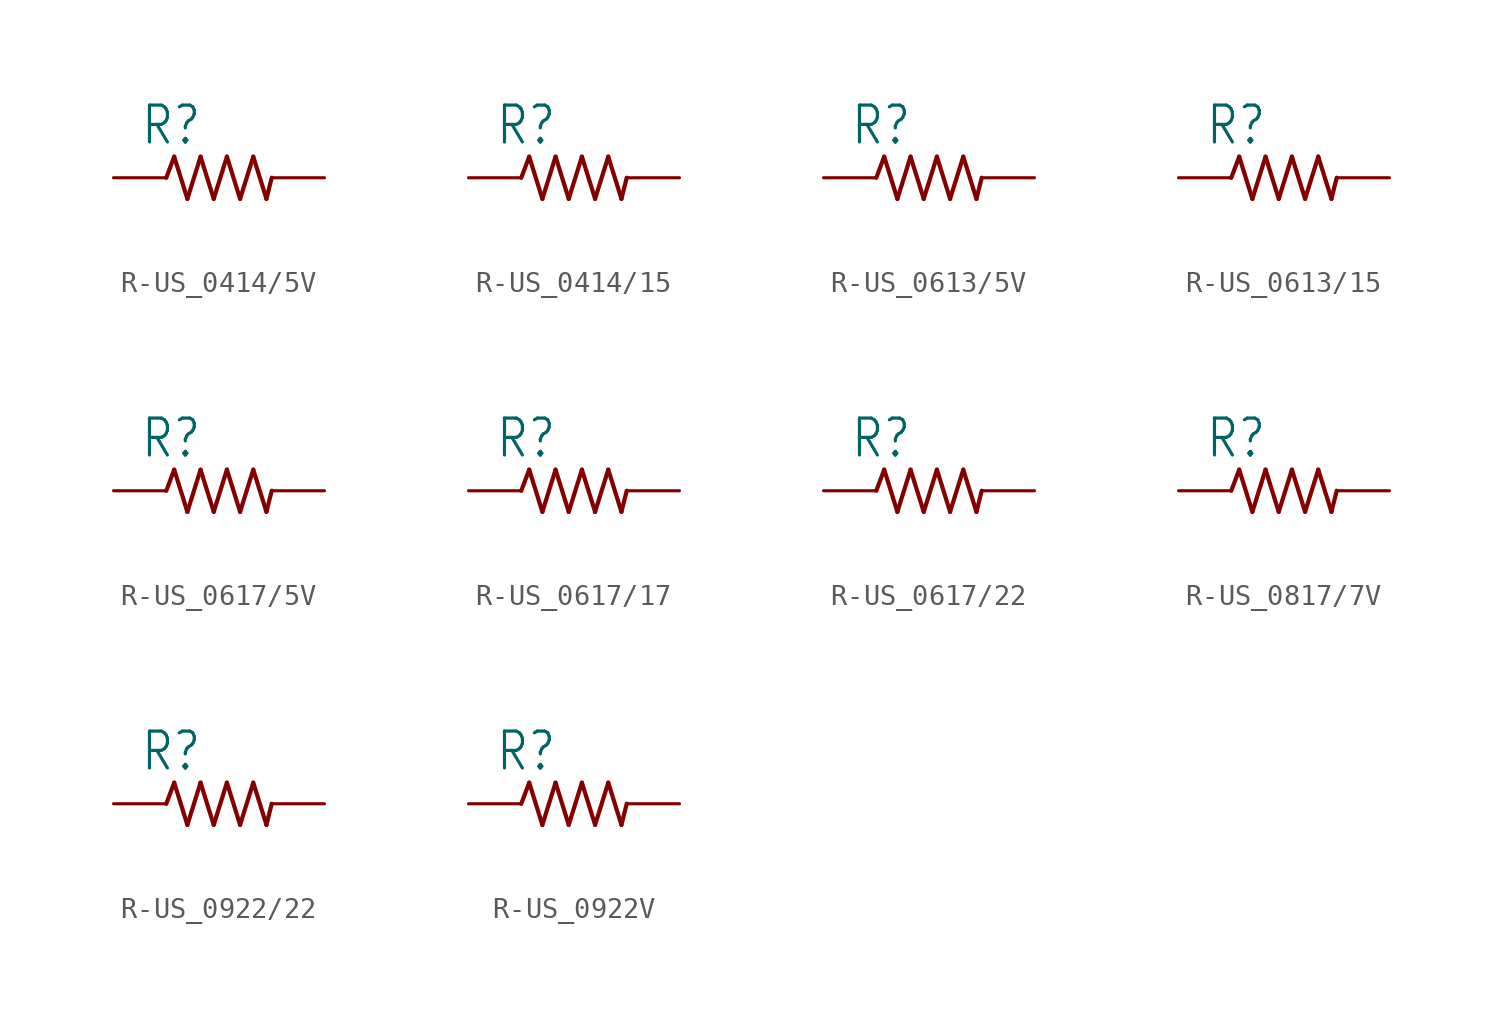
<source format=kicad_sym>
(kicad_symbol_lib
  (version 20220914)
  (generator kicad_symbol_editor)
  (symbol "R-US_0414/5V"
    (property "Reference" "R"
      (at -3.81 1.499 0)
      (effects (font (size 1.778 1.511)) (justify left bottom)))
    (property "Value" ""
      (at -3.81 -3.302 0)
      (effects (font (size 1.778 1.511)) (justify left bottom)))
    (property "ki_locked" ""
      (at 0 0 0)
      (effects (font (size 1.27 1.27))))
    (symbol "R-US_0414/5V_1_0"
      (polyline (pts (xy -2.54 0) (xy -2.159 1.016)) (stroke (width 0.203) (type solid)) (fill (type none)))
      (polyline (pts (xy -2.159 1.016) (xy -1.524 -1.016)) (stroke (width 0.203) (type solid)) (fill (type none)))
      (polyline (pts (xy -1.524 -1.016) (xy -0.889 1.016)) (stroke (width 0.203) (type solid)) (fill (type none)))
      (polyline (pts (xy -0.889 1.016) (xy -0.254 -1.016)) (stroke (width 0.203) (type solid)) (fill (type none)))
      (polyline (pts (xy -0.254 -1.016) (xy 0.381 1.016)) (stroke (width 0.203) (type solid)) (fill (type none)))
      (polyline (pts (xy 0.381 1.016) (xy 1.016 -1.016)) (stroke (width 0.203) (type solid)) (fill (type none)))
      (polyline (pts (xy 1.016 -1.016) (xy 1.651 1.016)) (stroke (width 0.203) (type solid)) (fill (type none)))
      (polyline (pts (xy 1.651 1.016) (xy 2.286 -1.016)) (stroke (width 0.203) (type solid)) (fill (type none)))
      (polyline (pts (xy 2.286 -1.016) (xy 2.54 0)) (stroke (width 0.203) (type solid)) (fill (type none)))
      (pin passive line (at -5.08 0 0) (length 2.54) (name "1" (effects (font (size 0 0)))) (number "1" (effects (font (size 0 0)))))
      (pin passive line (at 5.08 0 180) (length 2.54) (name "2" (effects (font (size 0 0)))) (number "2" (effects (font (size 0 0)))))))
  (symbol "R-US_0414/15"
    (property "Reference" "R"
      (at -3.81 1.499 0)
      (effects (font (size 1.778 1.511)) (justify left bottom)))
    (property "Value" ""
      (at -3.81 -3.302 0)
      (effects (font (size 1.778 1.511)) (justify left bottom)))
    (property "ki_locked" ""
      (at 0 0 0)
      (effects (font (size 1.27 1.27))))
    (symbol "R-US_0414/15_1_0"
      (polyline (pts (xy -2.54 0) (xy -2.159 1.016)) (stroke (width 0.203) (type solid)) (fill (type none)))
      (polyline (pts (xy -2.159 1.016) (xy -1.524 -1.016)) (stroke (width 0.203) (type solid)) (fill (type none)))
      (polyline (pts (xy -1.524 -1.016) (xy -0.889 1.016)) (stroke (width 0.203) (type solid)) (fill (type none)))
      (polyline (pts (xy -0.889 1.016) (xy -0.254 -1.016)) (stroke (width 0.203) (type solid)) (fill (type none)))
      (polyline (pts (xy -0.254 -1.016) (xy 0.381 1.016)) (stroke (width 0.203) (type solid)) (fill (type none)))
      (polyline (pts (xy 0.381 1.016) (xy 1.016 -1.016)) (stroke (width 0.203) (type solid)) (fill (type none)))
      (polyline (pts (xy 1.016 -1.016) (xy 1.651 1.016)) (stroke (width 0.203) (type solid)) (fill (type none)))
      (polyline (pts (xy 1.651 1.016) (xy 2.286 -1.016)) (stroke (width 0.203) (type solid)) (fill (type none)))
      (polyline (pts (xy 2.286 -1.016) (xy 2.54 0)) (stroke (width 0.203) (type solid)) (fill (type none)))
      (pin passive line (at -5.08 0 0) (length 2.54) (name "1" (effects (font (size 0 0)))) (number "1" (effects (font (size 0 0)))))
      (pin passive line (at 5.08 0 180) (length 2.54) (name "2" (effects (font (size 0 0)))) (number "2" (effects (font (size 0 0)))))))
  (symbol "R-US_0613/5V"
    (property "Reference" "R"
      (at -3.81 1.499 0)
      (effects (font (size 1.778 1.511)) (justify left bottom)))
    (property "Value" ""
      (at -3.81 -3.302 0)
      (effects (font (size 1.778 1.511)) (justify left bottom)))
    (property "ki_locked" ""
      (at 0 0 0)
      (effects (font (size 1.27 1.27))))
    (symbol "R-US_0613/5V_1_0"
      (polyline (pts (xy -2.54 0) (xy -2.159 1.016)) (stroke (width 0.203) (type solid)) (fill (type none)))
      (polyline (pts (xy -2.159 1.016) (xy -1.524 -1.016)) (stroke (width 0.203) (type solid)) (fill (type none)))
      (polyline (pts (xy -1.524 -1.016) (xy -0.889 1.016)) (stroke (width 0.203) (type solid)) (fill (type none)))
      (polyline (pts (xy -0.889 1.016) (xy -0.254 -1.016)) (stroke (width 0.203) (type solid)) (fill (type none)))
      (polyline (pts (xy -0.254 -1.016) (xy 0.381 1.016)) (stroke (width 0.203) (type solid)) (fill (type none)))
      (polyline (pts (xy 0.381 1.016) (xy 1.016 -1.016)) (stroke (width 0.203) (type solid)) (fill (type none)))
      (polyline (pts (xy 1.016 -1.016) (xy 1.651 1.016)) (stroke (width 0.203) (type solid)) (fill (type none)))
      (polyline (pts (xy 1.651 1.016) (xy 2.286 -1.016)) (stroke (width 0.203) (type solid)) (fill (type none)))
      (polyline (pts (xy 2.286 -1.016) (xy 2.54 0)) (stroke (width 0.203) (type solid)) (fill (type none)))
      (pin passive line (at -5.08 0 0) (length 2.54) (name "1" (effects (font (size 0 0)))) (number "1" (effects (font (size 0 0)))))
      (pin passive line (at 5.08 0 180) (length 2.54) (name "2" (effects (font (size 0 0)))) (number "2" (effects (font (size 0 0)))))))
  (symbol "R-US_0613/15"
    (property "Reference" "R"
      (at -3.81 1.499 0)
      (effects (font (size 1.778 1.511)) (justify left bottom)))
    (property "Value" ""
      (at -3.81 -3.302 0)
      (effects (font (size 1.778 1.511)) (justify left bottom)))
    (property "ki_locked" ""
      (at 0 0 0)
      (effects (font (size 1.27 1.27))))
    (symbol "R-US_0613/15_1_0"
      (polyline (pts (xy -2.54 0) (xy -2.159 1.016)) (stroke (width 0.203) (type solid)) (fill (type none)))
      (polyline (pts (xy -2.159 1.016) (xy -1.524 -1.016)) (stroke (width 0.203) (type solid)) (fill (type none)))
      (polyline (pts (xy -1.524 -1.016) (xy -0.889 1.016)) (stroke (width 0.203) (type solid)) (fill (type none)))
      (polyline (pts (xy -0.889 1.016) (xy -0.254 -1.016)) (stroke (width 0.203) (type solid)) (fill (type none)))
      (polyline (pts (xy -0.254 -1.016) (xy 0.381 1.016)) (stroke (width 0.203) (type solid)) (fill (type none)))
      (polyline (pts (xy 0.381 1.016) (xy 1.016 -1.016)) (stroke (width 0.203) (type solid)) (fill (type none)))
      (polyline (pts (xy 1.016 -1.016) (xy 1.651 1.016)) (stroke (width 0.203) (type solid)) (fill (type none)))
      (polyline (pts (xy 1.651 1.016) (xy 2.286 -1.016)) (stroke (width 0.203) (type solid)) (fill (type none)))
      (polyline (pts (xy 2.286 -1.016) (xy 2.54 0)) (stroke (width 0.203) (type solid)) (fill (type none)))
      (pin passive line (at -5.08 0 0) (length 2.54) (name "1" (effects (font (size 0 0)))) (number "1" (effects (font (size 0 0)))))
      (pin passive line (at 5.08 0 180) (length 2.54) (name "2" (effects (font (size 0 0)))) (number "2" (effects (font (size 0 0)))))))
  (symbol "R-US_0617/5V"
    (property "Reference" "R"
      (at -3.81 1.499 0)
      (effects (font (size 1.778 1.511)) (justify left bottom)))
    (property "Value" ""
      (at -3.81 -3.302 0)
      (effects (font (size 1.778 1.511)) (justify left bottom)))
    (property "ki_locked" ""
      (at 0 0 0)
      (effects (font (size 1.27 1.27))))
    (symbol "R-US_0617/5V_1_0"
      (polyline (pts (xy -2.54 0) (xy -2.159 1.016)) (stroke (width 0.203) (type solid)) (fill (type none)))
      (polyline (pts (xy -2.159 1.016) (xy -1.524 -1.016)) (stroke (width 0.203) (type solid)) (fill (type none)))
      (polyline (pts (xy -1.524 -1.016) (xy -0.889 1.016)) (stroke (width 0.203) (type solid)) (fill (type none)))
      (polyline (pts (xy -0.889 1.016) (xy -0.254 -1.016)) (stroke (width 0.203) (type solid)) (fill (type none)))
      (polyline (pts (xy -0.254 -1.016) (xy 0.381 1.016)) (stroke (width 0.203) (type solid)) (fill (type none)))
      (polyline (pts (xy 0.381 1.016) (xy 1.016 -1.016)) (stroke (width 0.203) (type solid)) (fill (type none)))
      (polyline (pts (xy 1.016 -1.016) (xy 1.651 1.016)) (stroke (width 0.203) (type solid)) (fill (type none)))
      (polyline (pts (xy 1.651 1.016) (xy 2.286 -1.016)) (stroke (width 0.203) (type solid)) (fill (type none)))
      (polyline (pts (xy 2.286 -1.016) (xy 2.54 0)) (stroke (width 0.203) (type solid)) (fill (type none)))
      (pin passive line (at -5.08 0 0) (length 2.54) (name "1" (effects (font (size 0 0)))) (number "1" (effects (font (size 0 0)))))
      (pin passive line (at 5.08 0 180) (length 2.54) (name "2" (effects (font (size 0 0)))) (number "2" (effects (font (size 0 0)))))))
  (symbol "R-US_0617/17"
    (property "Reference" "R"
      (at -3.81 1.499 0)
      (effects (font (size 1.778 1.511)) (justify left bottom)))
    (property "Value" ""
      (at -3.81 -3.302 0)
      (effects (font (size 1.778 1.511)) (justify left bottom)))
    (property "ki_locked" ""
      (at 0 0 0)
      (effects (font (size 1.27 1.27))))
    (symbol "R-US_0617/17_1_0"
      (polyline (pts (xy -2.54 0) (xy -2.159 1.016)) (stroke (width 0.203) (type solid)) (fill (type none)))
      (polyline (pts (xy -2.159 1.016) (xy -1.524 -1.016)) (stroke (width 0.203) (type solid)) (fill (type none)))
      (polyline (pts (xy -1.524 -1.016) (xy -0.889 1.016)) (stroke (width 0.203) (type solid)) (fill (type none)))
      (polyline (pts (xy -0.889 1.016) (xy -0.254 -1.016)) (stroke (width 0.203) (type solid)) (fill (type none)))
      (polyline (pts (xy -0.254 -1.016) (xy 0.381 1.016)) (stroke (width 0.203) (type solid)) (fill (type none)))
      (polyline (pts (xy 0.381 1.016) (xy 1.016 -1.016)) (stroke (width 0.203) (type solid)) (fill (type none)))
      (polyline (pts (xy 1.016 -1.016) (xy 1.651 1.016)) (stroke (width 0.203) (type solid)) (fill (type none)))
      (polyline (pts (xy 1.651 1.016) (xy 2.286 -1.016)) (stroke (width 0.203) (type solid)) (fill (type none)))
      (polyline (pts (xy 2.286 -1.016) (xy 2.54 0)) (stroke (width 0.203) (type solid)) (fill (type none)))
      (pin passive line (at -5.08 0 0) (length 2.54) (name "1" (effects (font (size 0 0)))) (number "1" (effects (font (size 0 0)))))
      (pin passive line (at 5.08 0 180) (length 2.54) (name "2" (effects (font (size 0 0)))) (number "2" (effects (font (size 0 0)))))))
  (symbol "R-US_0617/22"
    (property "Reference" "R"
      (at -3.81 1.499 0)
      (effects (font (size 1.778 1.511)) (justify left bottom)))
    (property "Value" ""
      (at -3.81 -3.302 0)
      (effects (font (size 1.778 1.511)) (justify left bottom)))
    (property "ki_locked" ""
      (at 0 0 0)
      (effects (font (size 1.27 1.27))))
    (symbol "R-US_0617/22_1_0"
      (polyline (pts (xy -2.54 0) (xy -2.159 1.016)) (stroke (width 0.203) (type solid)) (fill (type none)))
      (polyline (pts (xy -2.159 1.016) (xy -1.524 -1.016)) (stroke (width 0.203) (type solid)) (fill (type none)))
      (polyline (pts (xy -1.524 -1.016) (xy -0.889 1.016)) (stroke (width 0.203) (type solid)) (fill (type none)))
      (polyline (pts (xy -0.889 1.016) (xy -0.254 -1.016)) (stroke (width 0.203) (type solid)) (fill (type none)))
      (polyline (pts (xy -0.254 -1.016) (xy 0.381 1.016)) (stroke (width 0.203) (type solid)) (fill (type none)))
      (polyline (pts (xy 0.381 1.016) (xy 1.016 -1.016)) (stroke (width 0.203) (type solid)) (fill (type none)))
      (polyline (pts (xy 1.016 -1.016) (xy 1.651 1.016)) (stroke (width 0.203) (type solid)) (fill (type none)))
      (polyline (pts (xy 1.651 1.016) (xy 2.286 -1.016)) (stroke (width 0.203) (type solid)) (fill (type none)))
      (polyline (pts (xy 2.286 -1.016) (xy 2.54 0)) (stroke (width 0.203) (type solid)) (fill (type none)))
      (pin passive line (at -5.08 0 0) (length 2.54) (name "1" (effects (font (size 0 0)))) (number "1" (effects (font (size 0 0)))))
      (pin passive line (at 5.08 0 180) (length 2.54) (name "2" (effects (font (size 0 0)))) (number "2" (effects (font (size 0 0)))))))
  (symbol "R-US_0817/7V"
    (property "Reference" "R"
      (at -3.81 1.499 0)
      (effects (font (size 1.778 1.511)) (justify left bottom)))
    (property "Value" ""
      (at -3.81 -3.302 0)
      (effects (font (size 1.778 1.511)) (justify left bottom)))
    (property "ki_locked" ""
      (at 0 0 0)
      (effects (font (size 1.27 1.27))))
    (symbol "R-US_0817/7V_1_0"
      (polyline (pts (xy -2.54 0) (xy -2.159 1.016)) (stroke (width 0.203) (type solid)) (fill (type none)))
      (polyline (pts (xy -2.159 1.016) (xy -1.524 -1.016)) (stroke (width 0.203) (type solid)) (fill (type none)))
      (polyline (pts (xy -1.524 -1.016) (xy -0.889 1.016)) (stroke (width 0.203) (type solid)) (fill (type none)))
      (polyline (pts (xy -0.889 1.016) (xy -0.254 -1.016)) (stroke (width 0.203) (type solid)) (fill (type none)))
      (polyline (pts (xy -0.254 -1.016) (xy 0.381 1.016)) (stroke (width 0.203) (type solid)) (fill (type none)))
      (polyline (pts (xy 0.381 1.016) (xy 1.016 -1.016)) (stroke (width 0.203) (type solid)) (fill (type none)))
      (polyline (pts (xy 1.016 -1.016) (xy 1.651 1.016)) (stroke (width 0.203) (type solid)) (fill (type none)))
      (polyline (pts (xy 1.651 1.016) (xy 2.286 -1.016)) (stroke (width 0.203) (type solid)) (fill (type none)))
      (polyline (pts (xy 2.286 -1.016) (xy 2.54 0)) (stroke (width 0.203) (type solid)) (fill (type none)))
      (pin passive line (at -5.08 0 0) (length 2.54) (name "1" (effects (font (size 0 0)))) (number "1" (effects (font (size 0 0)))))
      (pin passive line (at 5.08 0 180) (length 2.54) (name "2" (effects (font (size 0 0)))) (number "2" (effects (font (size 0 0)))))))
  (symbol "R-US_0922/22"
    (property "Reference" "R"
      (at -3.81 1.499 0)
      (effects (font (size 1.778 1.511)) (justify left bottom)))
    (property "Value" ""
      (at -3.81 -3.302 0)
      (effects (font (size 1.778 1.511)) (justify left bottom)))
    (property "ki_locked" ""
      (at 0 0 0)
      (effects (font (size 1.27 1.27))))
    (symbol "R-US_0922/22_1_0"
      (polyline (pts (xy -2.54 0) (xy -2.159 1.016)) (stroke (width 0.203) (type solid)) (fill (type none)))
      (polyline (pts (xy -2.159 1.016) (xy -1.524 -1.016)) (stroke (width 0.203) (type solid)) (fill (type none)))
      (polyline (pts (xy -1.524 -1.016) (xy -0.889 1.016)) (stroke (width 0.203) (type solid)) (fill (type none)))
      (polyline (pts (xy -0.889 1.016) (xy -0.254 -1.016)) (stroke (width 0.203) (type solid)) (fill (type none)))
      (polyline (pts (xy -0.254 -1.016) (xy 0.381 1.016)) (stroke (width 0.203) (type solid)) (fill (type none)))
      (polyline (pts (xy 0.381 1.016) (xy 1.016 -1.016)) (stroke (width 0.203) (type solid)) (fill (type none)))
      (polyline (pts (xy 1.016 -1.016) (xy 1.651 1.016)) (stroke (width 0.203) (type solid)) (fill (type none)))
      (polyline (pts (xy 1.651 1.016) (xy 2.286 -1.016)) (stroke (width 0.203) (type solid)) (fill (type none)))
      (polyline (pts (xy 2.286 -1.016) (xy 2.54 0)) (stroke (width 0.203) (type solid)) (fill (type none)))
      (pin passive line (at -5.08 0 0) (length 2.54) (name "1" (effects (font (size 0 0)))) (number "1" (effects (font (size 0 0)))))
      (pin passive line (at 5.08 0 180) (length 2.54) (name "2" (effects (font (size 0 0)))) (number "2" (effects (font (size 0 0)))))))
  (symbol "R-US_0922V"
    (property "Reference" "R"
      (at -3.81 1.499 0)
      (effects (font (size 1.778 1.511)) (justify left bottom)))
    (property "Value" ""
      (at -3.81 -3.302 0)
      (effects (font (size 1.778 1.511)) (justify left bottom)))
    (property "ki_locked" ""
      (at 0 0 0)
      (effects (font (size 1.27 1.27))))
    (symbol "R-US_0922V_1_0"
      (polyline (pts (xy -2.54 0) (xy -2.159 1.016)) (stroke (width 0.203) (type solid)) (fill (type none)))
      (polyline (pts (xy -2.159 1.016) (xy -1.524 -1.016)) (stroke (width 0.203) (type solid)) (fill (type none)))
      (polyline (pts (xy -1.524 -1.016) (xy -0.889 1.016)) (stroke (width 0.203) (type solid)) (fill (type none)))
      (polyline (pts (xy -0.889 1.016) (xy -0.254 -1.016)) (stroke (width 0.203) (type solid)) (fill (type none)))
      (polyline (pts (xy -0.254 -1.016) (xy 0.381 1.016)) (stroke (width 0.203) (type solid)) (fill (type none)))
      (polyline (pts (xy 0.381 1.016) (xy 1.016 -1.016)) (stroke (width 0.203) (type solid)) (fill (type none)))
      (polyline (pts (xy 1.016 -1.016) (xy 1.651 1.016)) (stroke (width 0.203) (type solid)) (fill (type none)))
      (polyline (pts (xy 1.651 1.016) (xy 2.286 -1.016)) (stroke (width 0.203) (type solid)) (fill (type none)))
      (polyline (pts (xy 2.286 -1.016) (xy 2.54 0)) (stroke (width 0.203) (type solid)) (fill (type none)))
      (pin passive line (at -5.08 0 0) (length 2.54) (name "1" (effects (font (size 0 0)))) (number "1" (effects (font (size 0 0)))))
      (pin passive line (at 5.08 0 180) (length 2.54) (name "2" (effects (font (size 0 0)))) (number "2" (effects (font (size 0 0))))))))
</source>
